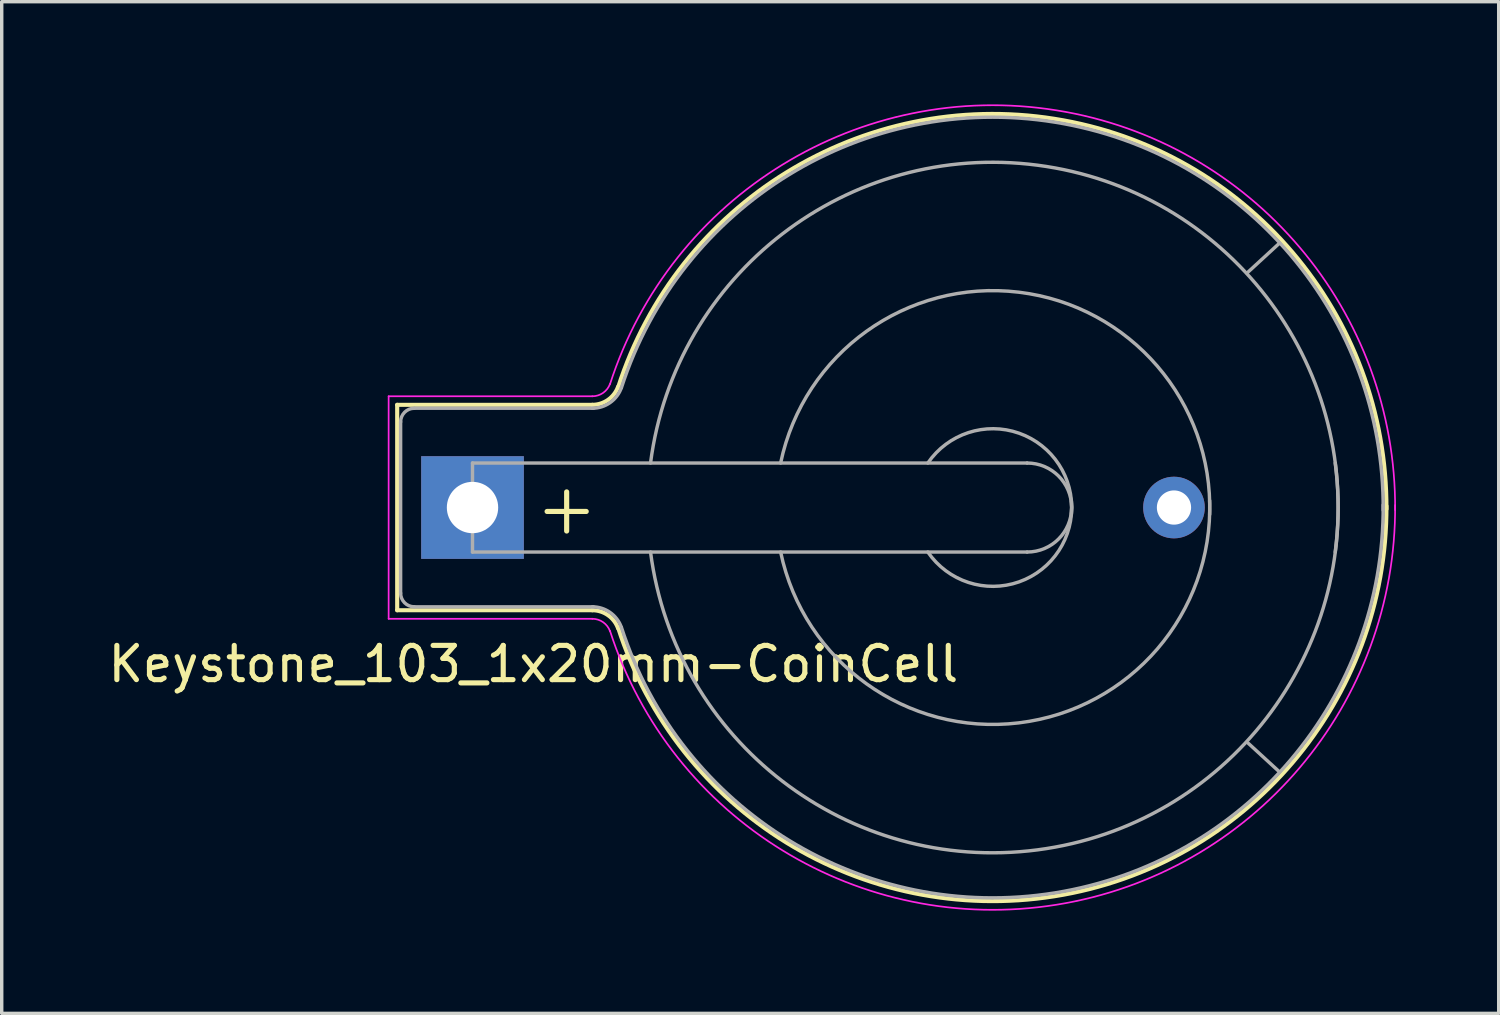
<source format=kicad_pcb>
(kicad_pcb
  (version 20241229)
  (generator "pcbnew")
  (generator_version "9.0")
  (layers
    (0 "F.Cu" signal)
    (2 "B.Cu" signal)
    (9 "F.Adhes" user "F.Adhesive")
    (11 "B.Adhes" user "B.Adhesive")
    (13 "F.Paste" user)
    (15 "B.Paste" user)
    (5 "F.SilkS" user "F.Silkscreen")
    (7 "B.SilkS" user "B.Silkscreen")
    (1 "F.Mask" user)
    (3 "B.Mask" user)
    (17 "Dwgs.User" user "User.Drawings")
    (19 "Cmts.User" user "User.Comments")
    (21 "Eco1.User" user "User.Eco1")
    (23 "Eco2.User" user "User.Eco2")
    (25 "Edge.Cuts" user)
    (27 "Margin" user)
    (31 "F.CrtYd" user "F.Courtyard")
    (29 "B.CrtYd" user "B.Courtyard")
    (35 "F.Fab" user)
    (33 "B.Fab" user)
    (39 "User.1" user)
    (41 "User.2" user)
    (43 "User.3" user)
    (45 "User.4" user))
  (footprint "Keystone_103_1x20mm-CoinCell"
    (layer "F.Cu")
    (at 10.752 11.775)
    (property "Reference" "Keystone_103_1x20mm-CoinCell" (at 1.778 4.572 0) (layer "F.SilkS") (effects (font (size 1 1) (thickness 0.15))))
    (attr through_hole)
    (fp_line (start -2.2 -3) (end 3.5 -3) (stroke (width 0.12) (type solid)) (layer "F.SilkS"))
    (fp_line (start -2.2 3) (end -2.2 -3) (stroke (width 0.12) (type solid)) (layer "F.SilkS"))
    (fp_line (start -2.2 3) (end 3.5 3) (stroke (width 0.12) (type solid)) (layer "F.SilkS"))
    (fp_arc (start 3.5 3) (mid 3.958861 3.144678) (end 4.251754 3.526384) (stroke (width 0.12) (type solid)) (layer "F.SilkS"))
    (fp_arc (start 4.25 -3.5) (mid 16.993514 -11.35499) (end 26.695671 0.045281) (stroke (width 0.12) (type solid)) (layer "F.SilkS"))
    (fp_arc (start 4.251754 -3.526384) (mid 3.958861 -3.144678) (end 3.5 -3) (stroke (width 0.12) (type solid)) (layer "F.SilkS"))
    (fp_arc (start 26.695671 -0.045281) (mid 16.993514 11.35499) (end 4.25 3.5) (stroke (width 0.12) (type solid)) (layer "F.SilkS"))
    (fp_line (start -2.45 -3.25) (end 3.5 -3.25) (stroke (width 0.05) (type solid)) (layer "F.CrtYd"))
    (fp_line (start -2.45 3.25) (end -2.45 -3.25) (stroke (width 0.05) (type solid)) (layer "F.CrtYd"))
    (fp_line (start -2.45 3.25) (end 3.5 3.25) (stroke (width 0.05) (type solid)) (layer "F.CrtYd"))
    (fp_arc (start 3.5 3.25) (mid 3.815467 3.349466) (end 4.016831 3.611889) (stroke (width 0.05) (type solid)) (layer "F.CrtYd"))
    (fp_arc (start 4.015 -3.6) (mid 17.056602 -11.602468) (end 26.949865 0.069987) (stroke (width 0.05) (type solid)) (layer "F.CrtYd"))
    (fp_arc (start 4.016831 -3.611889) (mid 3.815467 -3.349466) (end 3.5 -3.25) (stroke (width 0.05) (type solid)) (layer "F.CrtYd"))
    (fp_arc (start 26.949865 -0.069987) (mid 17.056602 11.602468) (end 4.015 3.6) (stroke (width 0.05) (type solid)) (layer "F.CrtYd"))
    (fp_line (start -2.1 -2.5) (end -2.1 2.5) (stroke (width 0.1) (type solid)) (layer "F.Fab"))
    (fp_line (start -1.7 2.9) (end 3.531 2.9) (stroke (width 0.1) (type solid)) (layer "F.Fab"))
    (fp_line (start 0 -1.3) (end 0 1.3) (stroke (width 0.1) (type solid)) (layer "F.Fab"))
    (fp_line (start 0 1.3) (end 16.2 1.3) (stroke (width 0.1) (type solid)) (layer "F.Fab"))
    (fp_line (start 3.531 -2.9) (end -1.7 -2.9) (stroke (width 0.1) (type solid)) (layer "F.Fab"))
    (fp_line (start 16.2 -1.3) (end 0 -1.3) (stroke (width 0.1) (type solid)) (layer "F.Fab"))
    (fp_line (start 23.571 -7.722) (end 22.631 -6.858) (stroke (width 0.1) (type solid)) (layer "F.Fab"))
    (fp_line (start 23.571 7.722) (end 22.657 6.883) (stroke (width 0.1) (type solid)) (layer "F.Fab"))
    (fp_arc (start -2.1 -2.5) (mid -1.982843 -2.782843) (end -1.7 -2.9) (stroke (width 0.1) (type solid)) (layer "F.Fab"))
    (fp_arc (start -1.7 2.9) (mid -1.982843 2.782843) (end -2.1 2.5) (stroke (width 0.1) (type solid)) (layer "F.Fab"))
    (fp_arc (start 3.5 2.9) (mid 4.016219 3.062763) (end 4.345723 3.492182) (stroke (width 0.1) (type solid)) (layer "F.Fab"))
    (fp_arc (start 4.345723 -3.492182) (mid 4.016219 -3.062763) (end 3.5 -2.9) (stroke (width 0.1) (type solid)) (layer "F.Fab"))
    (fp_arc (start 4.35 -3.5) (mid 17.008726 -11.256154) (end 26.600299 0.075351) (stroke (width 0.1) (type solid)) (layer "F.Fab"))
    (fp_arc (start 5.2 -1.3) (mid 16.5 -10) (end 25.2 1.3) (stroke (width 0.1) (type solid)) (layer "F.Fab"))
    (fp_arc (start 9 -1.3) (mid 15.954687 -6.28971) (end 21.531551 0.203631) (stroke (width 0.1) (type solid)) (layer "F.Fab"))
    (fp_arc (start 13.3 -1.3) (mid 15.963947 -2.171724) (end 17.495448 0.175833) (stroke (width 0.1) (type solid)) (layer "F.Fab"))
    (fp_arc (start 16.2 -1.3) (mid 17.5 0) (end 16.2 1.3) (stroke (width 0.1) (type solid)) (layer "F.Fab"))
    (fp_arc (start 17.495448 -0.175833) (mid 15.963947 2.171724) (end 13.3 1.3) (stroke (width 0.1) (type solid)) (layer "F.Fab"))
    (fp_arc (start 21.531551 -0.203631) (mid 15.954687 6.28971) (end 9 1.3) (stroke (width 0.1) (type solid)) (layer "F.Fab"))
    (fp_arc (start 25.2 -1.3) (mid 16.5 10) (end 5.2 1.3) (stroke (width 0.1) (type solid)) (layer "F.Fab"))
    (fp_arc (start 26.600299 -0.075351) (mid 17.008726 11.256154) (end 4.35 3.5) (stroke (width 0.1) (type solid)) (layer "F.Fab"))
    (fp_text user "+" (at 2.75 0 0) (layer "F.SilkS") (effects (font (size 1.5 1.5) (thickness 0.15))))
    (pad "1" thru_hole rect (at 0 0) (size 3 3) (drill 1.5) (layers "*.Cu" "*.Mask"))
    (pad "2" thru_hole circle (at 20.49 0) (size 1.8 1.8) (drill 1) (layers "*.Cu" "*.Mask")))
  (gr_rect
    (start -3 -3)
    (end 40.727 26.55)
    (stroke (width 0.1) (type default))
    (fill no)
    (layer "Edge.Cuts")))
</source>
